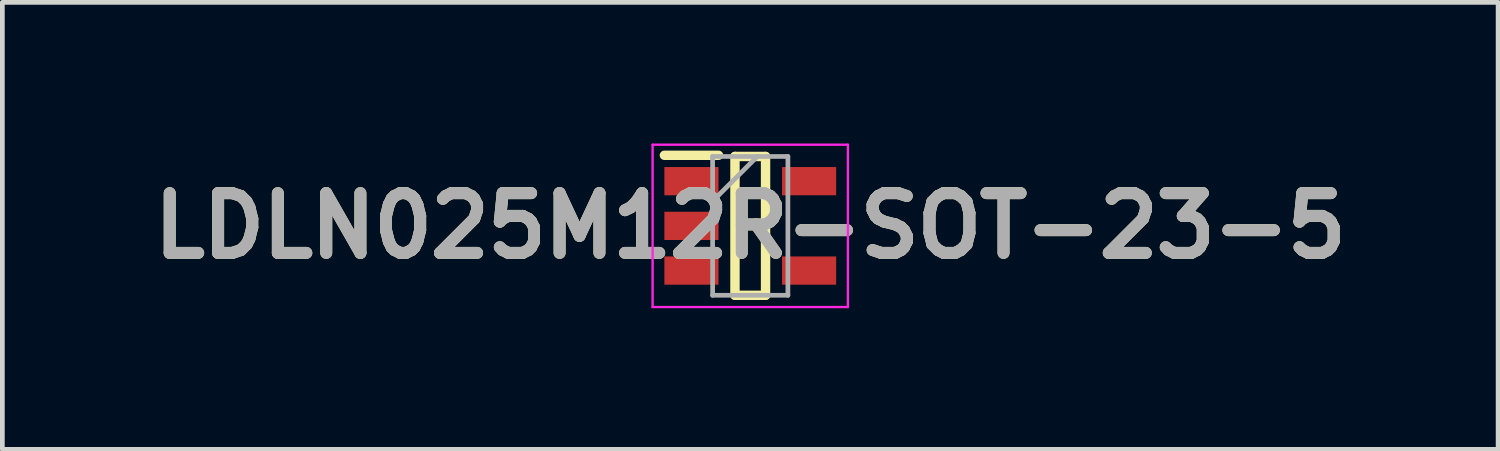
<source format=kicad_pcb>
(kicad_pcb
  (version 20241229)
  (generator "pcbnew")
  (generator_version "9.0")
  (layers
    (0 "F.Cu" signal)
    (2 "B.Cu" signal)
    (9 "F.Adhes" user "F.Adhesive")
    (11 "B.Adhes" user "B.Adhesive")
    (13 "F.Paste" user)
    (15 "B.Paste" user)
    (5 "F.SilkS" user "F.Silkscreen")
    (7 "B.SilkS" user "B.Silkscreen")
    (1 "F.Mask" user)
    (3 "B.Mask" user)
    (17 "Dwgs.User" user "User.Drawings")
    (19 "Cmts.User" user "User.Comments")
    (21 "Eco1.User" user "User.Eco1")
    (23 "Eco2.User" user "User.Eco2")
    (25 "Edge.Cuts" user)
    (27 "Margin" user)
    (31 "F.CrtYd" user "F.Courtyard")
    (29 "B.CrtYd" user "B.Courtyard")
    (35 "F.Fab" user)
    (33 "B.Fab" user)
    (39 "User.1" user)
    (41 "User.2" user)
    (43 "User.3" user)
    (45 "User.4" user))
  (footprint "LDLN025M12R-SOT-23-5"
    (layer "F.Cu")
    (at 12.894 1.75)
    (property "Reference" "LDLN025M12R-SOT-23-5" (at 0 0 0) (layer "F.SilkS") (effects (font (size 1.27 1.27) (thickness 0.254))))
    (attr smd)
    (fp_line (start -1.825 -1.5) (end -0.675 -1.5) (stroke (width 0.2) (type solid)) (layer "F.SilkS"))
    (fp_line (start -0.325 -1.475) (end 0.325 -1.475) (stroke (width 0.2) (type solid)) (layer "F.SilkS"))
    (fp_line (start -0.325 1.475) (end -0.325 -1.475) (stroke (width 0.2) (type solid)) (layer "F.SilkS"))
    (fp_line (start 0.325 -1.475) (end 0.325 1.475) (stroke (width 0.2) (type solid)) (layer "F.SilkS"))
    (fp_line (start 0.325 1.475) (end -0.325 1.475) (stroke (width 0.2) (type solid)) (layer "F.SilkS"))
    (fp_line (start -2.075 -1.725) (end 2.075 -1.725) (stroke (width 0.05) (type solid)) (layer "F.CrtYd"))
    (fp_line (start -2.075 1.725) (end -2.075 -1.725) (stroke (width 0.05) (type solid)) (layer "F.CrtYd"))
    (fp_line (start 2.075 -1.725) (end 2.075 1.725) (stroke (width 0.05) (type solid)) (layer "F.CrtYd"))
    (fp_line (start 2.075 1.725) (end -2.075 1.725) (stroke (width 0.05) (type solid)) (layer "F.CrtYd"))
    (fp_line (start -0.8 -1.475) (end 0.8 -1.475) (stroke (width 0.1) (type solid)) (layer "F.Fab"))
    (fp_line (start -0.8 -0.525) (end 0.15 -1.475) (stroke (width 0.1) (type solid)) (layer "F.Fab"))
    (fp_line (start -0.8 1.475) (end -0.8 -1.475) (stroke (width 0.1) (type solid)) (layer "F.Fab"))
    (fp_line (start 0.8 -1.475) (end 0.8 1.475) (stroke (width 0.1) (type solid)) (layer "F.Fab"))
    (fp_line (start 0.8 1.475) (end -0.8 1.475) (stroke (width 0.1) (type solid)) (layer "F.Fab"))
    (fp_text user "${REFERENCE}" (at 0 0 0) (layer "F.Fab") (effects (font (size 1.27 1.27) (thickness 0.254))))
    (pad "1" smd rect (at -1.25 -0.95 90) (size 0.6 1.15) (layers "F.Cu" "F.Mask" "F.Paste"))
    (pad "2" smd rect (at -1.25 0 90) (size 0.6 1.15) (layers "F.Cu" "F.Mask" "F.Paste"))
    (pad "3" smd rect (at -1.25 0.95 90) (size 0.6 1.15) (layers "F.Cu" "F.Mask" "F.Paste"))
    (pad "4" smd rect (at 1.25 0.95 90) (size 0.6 1.15) (layers "F.Cu" "F.Mask" "F.Paste"))
    (pad "5" smd rect (at 1.25 -0.95 90) (size 0.6 1.15) (layers "F.Cu" "F.Mask" "F.Paste")))
  (gr_rect
    (start -3 -3)
    (end 28.787 6.5)
    (stroke (width 0.1) (type default))
    (fill no)
    (layer "Edge.Cuts")))
</source>
